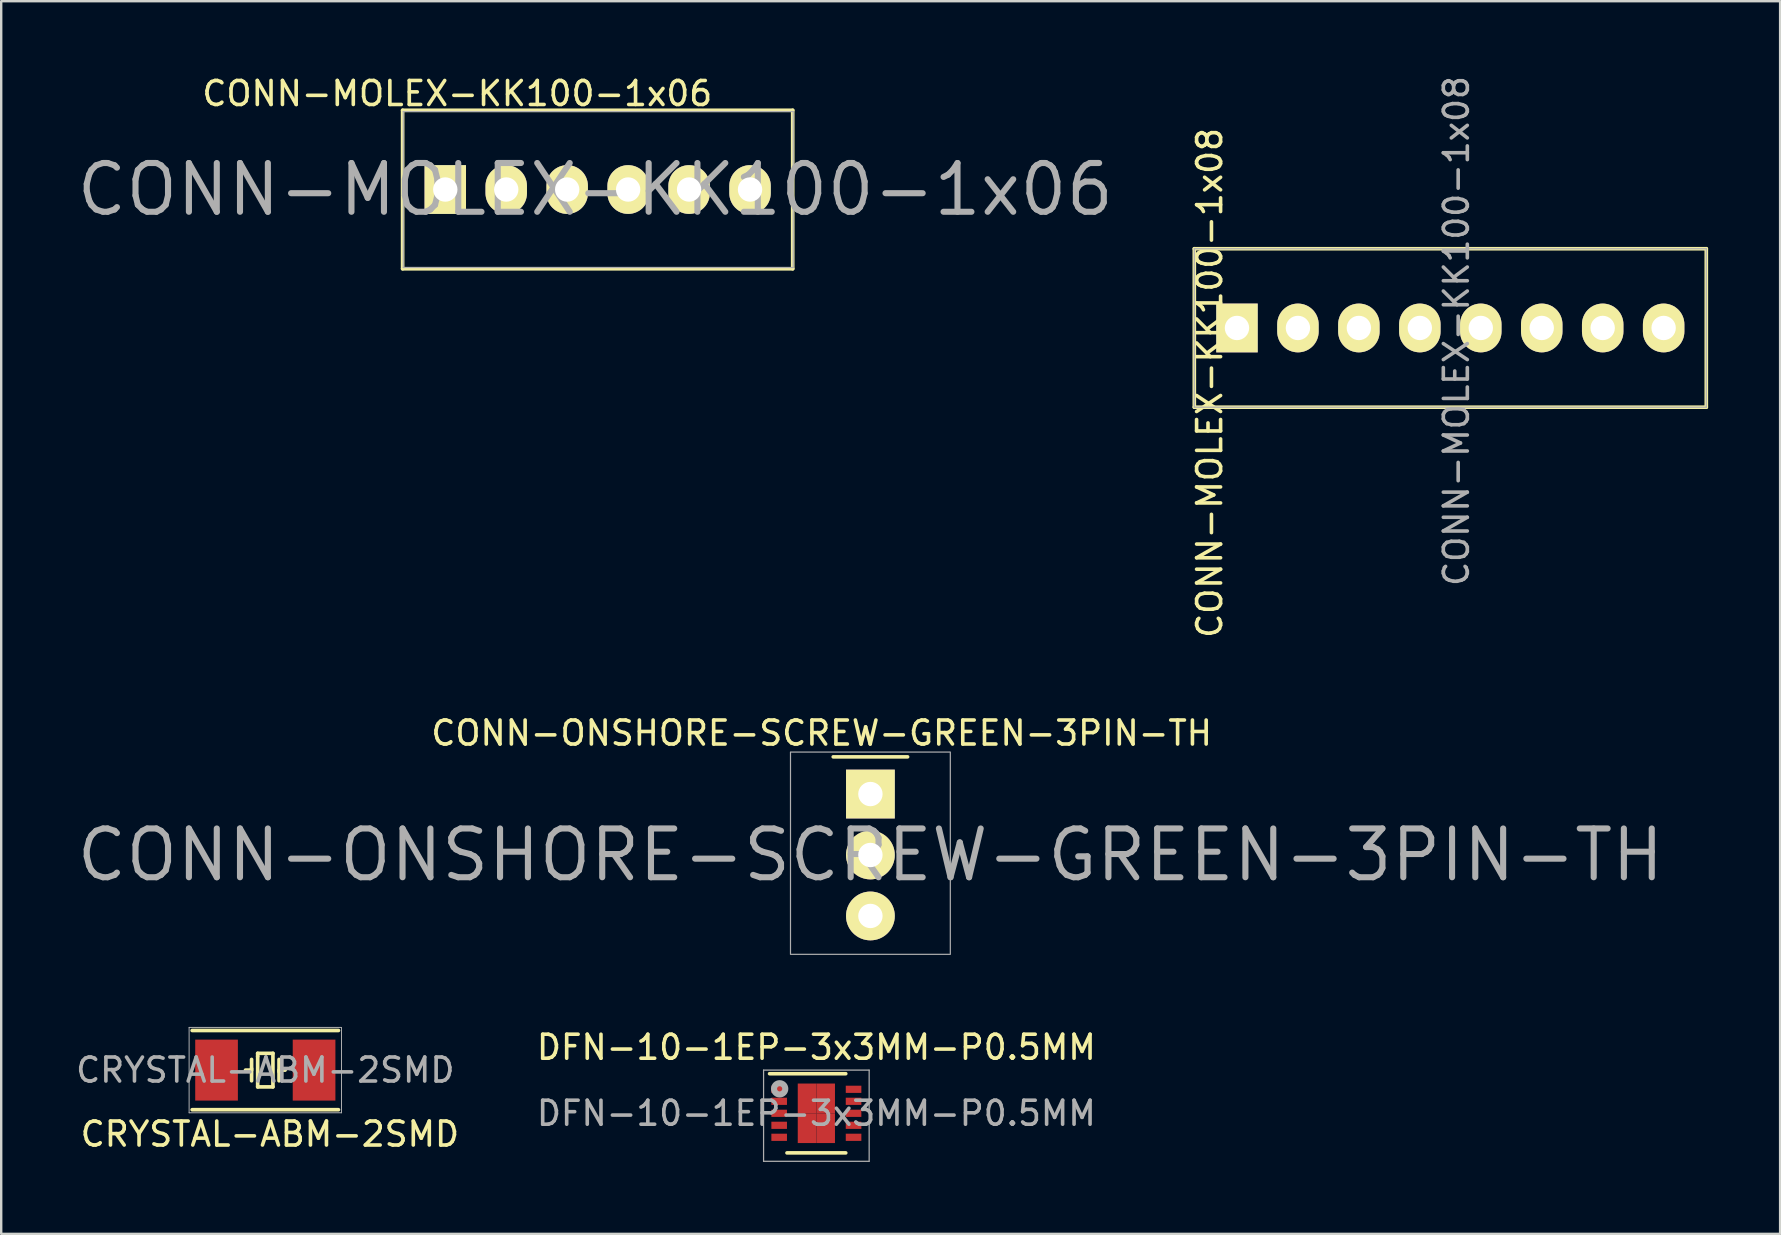
<source format=kicad_pcb>
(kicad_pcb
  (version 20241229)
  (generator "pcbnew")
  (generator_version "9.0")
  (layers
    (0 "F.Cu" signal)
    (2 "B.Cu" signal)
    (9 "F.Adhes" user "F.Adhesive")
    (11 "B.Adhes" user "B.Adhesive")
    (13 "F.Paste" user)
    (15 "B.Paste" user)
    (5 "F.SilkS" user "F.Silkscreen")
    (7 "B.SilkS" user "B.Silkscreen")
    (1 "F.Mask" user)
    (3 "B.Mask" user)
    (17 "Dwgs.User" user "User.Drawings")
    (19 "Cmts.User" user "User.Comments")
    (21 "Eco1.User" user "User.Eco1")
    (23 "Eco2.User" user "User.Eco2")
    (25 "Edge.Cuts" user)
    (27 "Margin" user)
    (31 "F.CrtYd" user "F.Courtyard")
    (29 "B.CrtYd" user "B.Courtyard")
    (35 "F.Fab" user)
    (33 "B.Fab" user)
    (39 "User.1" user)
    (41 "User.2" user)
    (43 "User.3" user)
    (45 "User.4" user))
  (footprint "CONN-MOLEX-KK100-1x06"
    (layer "F.Cu")
    (at 15.506 4.848)
    (property "Reference" "CONN-MOLEX-KK100-1x06" (at 6.25 0 0) (layer "F.Fab") (effects (font (size 2.032 2.032) (thickness 0.254))))
    (attr smd)
    (fp_line (start -1.778 -3.302) (end -1.778 3.302) (stroke (width 0.152) (type solid)) (layer "F.SilkS"))
    (fp_line (start -1.778 3.302) (end 14.478 3.302) (stroke (width 0.152) (type solid)) (layer "F.SilkS"))
    (fp_line (start 14.478 -3.302) (end -1.778 -3.302) (stroke (width 0.152) (type solid)) (layer "F.SilkS"))
    (fp_line (start 14.478 3.302) (end 14.478 -3.302) (stroke (width 0.152) (type solid)) (layer "F.SilkS"))
    (fp_line (start -1.75 -3.25) (end -1.75 3.25) (stroke (width 0.051) (type solid)) (layer "F.Fab"))
    (fp_line (start -1.75 3.25) (end 14.5 3.25) (stroke (width 0.051) (type solid)) (layer "F.Fab"))
    (fp_line (start 14.5 -3.25) (end -1.75 -3.25) (stroke (width 0.051) (type solid)) (layer "F.Fab"))
    (fp_line (start 14.5 3.25) (end 14.5 -3.25) (stroke (width 0.051) (type solid)) (layer "F.Fab"))
    (fp_text user "${REFERENCE}" (at 0.5 -4 0) (layer "F.SilkS") (effects (font (size 1 1) (thickness 0.15))))
    (pad "1" thru_hole rect (at 0 0) (size 1.727 2.032) (drill 1.016) (layers "*.Cu" "*.Mask" "F.SilkS"))
    (pad "2" thru_hole oval (at 2.54 0) (size 1.727 2.032) (drill 1.016) (layers "*.Cu" "*.Mask" "F.SilkS"))
    (pad "3" thru_hole oval (at 5.08 0) (size 1.727 2.032) (drill 1.016) (layers "*.Cu" "*.Mask" "F.SilkS"))
    (pad "4" thru_hole oval (at 7.62 0) (size 1.727 2.032) (drill 1.016) (layers "*.Cu" "*.Mask" "F.SilkS"))
    (pad "5" thru_hole oval (at 10.16 0) (size 1.727 2.032) (drill 1.016) (layers "*.Cu" "*.Mask" "F.SilkS"))
    (pad "6" thru_hole oval (at 12.7 0) (size 1.727 2.032) (drill 1.016) (layers "*.Cu" "*.Mask" "F.SilkS")))
  (footprint "DFN-10-1EP-3x3MM-P0.5MM"
    (layer "F.Cu")
    (at 30.97 43.344)
    (property "Reference" "DFN-10-1EP-3x3MM-P0.5MM" (at 0 0 0) (layer "F.Fab") (effects (font (size 1 1) (thickness 0.15))))
    (attr smd)
    (fp_line (start -1.95 -1.65) (end 1.225 -1.65) (stroke (width 0.15) (type solid)) (layer "F.SilkS"))
    (fp_line (start -1.225 1.65) (end 1.225 1.65) (stroke (width 0.15) (type solid)) (layer "F.SilkS"))
    (fp_line (start -2.2 -1.8) (end 2.2 -1.8) (stroke (width 0.051) (type solid)) (layer "F.Fab"))
    (fp_line (start -2.2 2) (end -2.2 -1.8) (stroke (width 0.051) (type solid)) (layer "F.Fab"))
    (fp_line (start 2.2 -1.8) (end 2.2 2) (stroke (width 0.051) (type solid)) (layer "F.Fab"))
    (fp_line (start 2.2 2) (end -2.2 2) (stroke (width 0.051) (type solid)) (layer "F.Fab"))
    (fp_circle (center -1.53 -1.02) (end -1.49 -0.92) (stroke (width 0.254) (type solid)) (fill no) (layer "F.Fab"))
    (fp_text user "${REFERENCE}" (at 0 -2.75 0) (layer "F.SilkS") (effects (font (size 1 1) (thickness 0.15))))
    (pad "1" smd rect (at -1.55 -1) (size 0.65 0.3) (layers "F.Cu" "F.Mask" "F.Paste"))
    (pad "2" smd rect (at -1.55 -0.5) (size 0.65 0.3) (layers "F.Cu" "F.Mask" "F.Paste"))
    (pad "3" smd rect (at -1.55 0) (size 0.65 0.3) (layers "F.Cu" "F.Mask" "F.Paste"))
    (pad "4" smd rect (at -1.55 0.5) (size 0.65 0.3) (layers "F.Cu" "F.Mask" "F.Paste"))
    (pad "5" smd rect (at -1.55 1) (size 0.65 0.3) (layers "F.Cu" "F.Mask" "F.Paste"))
    (pad "6" smd rect (at 1.55 1) (size 0.65 0.3) (layers "F.Cu" "F.Mask" "F.Paste"))
    (pad "7" smd rect (at 1.55 0.5) (size 0.65 0.3) (layers "F.Cu" "F.Mask" "F.Paste"))
    (pad "8" smd rect (at 1.55 0) (size 0.65 0.3) (layers "F.Cu" "F.Mask" "F.Paste"))
    (pad "9" smd rect (at 1.55 -0.5) (size 0.65 0.3) (layers "F.Cu" "F.Mask" "F.Paste"))
    (pad "10" smd rect (at 1.55 -1) (size 0.65 0.3) (layers "F.Cu" "F.Mask" "F.Paste"))
    (pad "11" smd rect (at -0.388 -0.62) (size 0.775 1.24) (layers "F.Cu" "F.Mask" "F.Paste"))
    (pad "11" smd rect (at -0.388 0.62) (size 0.775 1.24) (layers "F.Cu" "F.Mask" "F.Paste"))
    (pad "11" smd rect (at 0.388 -0.62) (size 0.775 1.24) (layers "F.Cu" "F.Mask" "F.Paste"))
    (pad "11" smd rect (at 0.388 0.62) (size 0.775 1.24) (layers "F.Cu" "F.Mask" "F.Paste")))
  (footprint "CRYSTAL-ABM-2SMD"
    (layer "F.Cu")
    (at 8.006 41.544)
    (property "Reference" "CRYSTAL-ABM-2SMD" (at 0 0 0) (layer "F.Fab") (effects (font (size 1 1) (thickness 0.15))))
    (attr smd)
    (fp_line (start -3.048 1.651) (end 3.048 1.651) (stroke (width 0.152) (type solid)) (layer "F.SilkS"))
    (fp_line (start -0.572 -0.064) (end -0.572 -0.445) (stroke (width 0.152) (type solid)) (layer "F.SilkS"))
    (fp_line (start -0.572 -0.064) (end -0.572 0.445) (stroke (width 0.152) (type solid)) (layer "F.SilkS"))
    (fp_line (start -0.572 0) (end -0.826 0) (stroke (width 0.152) (type solid)) (layer "F.SilkS"))
    (fp_line (start -0.318 -0.699) (end -0.318 -0.572) (stroke (width 0.152) (type solid)) (layer "F.SilkS"))
    (fp_line (start -0.318 -0.572) (end -0.318 0.699) (stroke (width 0.152) (type solid)) (layer "F.SilkS"))
    (fp_line (start -0.318 0.699) (end 0.318 0.699) (stroke (width 0.152) (type solid)) (layer "F.SilkS"))
    (fp_line (start 0.318 -0.699) (end -0.318 -0.699) (stroke (width 0.152) (type solid)) (layer "F.SilkS"))
    (fp_line (start 0.318 0.699) (end 0.318 -0.699) (stroke (width 0.152) (type solid)) (layer "F.SilkS"))
    (fp_line (start 0.572 0) (end 0.826 0) (stroke (width 0.152) (type solid)) (layer "F.SilkS"))
    (fp_line (start 0.572 0.064) (end 0.572 -0.445) (stroke (width 0.152) (type solid)) (layer "F.SilkS"))
    (fp_line (start 0.572 0.064) (end 0.572 0.445) (stroke (width 0.152) (type solid)) (layer "F.SilkS"))
    (fp_line (start 3.048 -1.651) (end -3.048 -1.651) (stroke (width 0.152) (type solid)) (layer "F.SilkS"))
    (fp_line (start -3.175 -1.778) (end -3.175 1.778) (stroke (width 0.041) (type solid)) (layer "F.Fab"))
    (fp_line (start -3.175 1.778) (end 3.175 1.778) (stroke (width 0.041) (type solid)) (layer "F.Fab"))
    (fp_line (start 3.175 -1.778) (end -3.175 -1.778) (stroke (width 0.041) (type solid)) (layer "F.Fab"))
    (fp_line (start 3.175 1.778) (end 3.175 -1.778) (stroke (width 0.041) (type solid)) (layer "F.Fab"))
    (fp_text user "${REFERENCE}" (at 0.191 2.667 0) (layer "F.SilkS") (effects (font (size 1 1) (thickness 0.15))))
    (pad "1" smd rect (at -2.032 0) (size 1.778 2.54) (layers "F.Cu" "F.Mask" "F.Paste"))
    (pad "2" smd rect (at 2.032 0) (size 1.778 2.54) (layers "F.Cu" "F.Mask" "F.Paste")))
  (footprint "CONN-ONSHORE-SCREW-GREEN-3PIN-TH"
    (layer "F.Cu")
    (at 33.222 30.04)
    (property "Reference" "CONN-ONSHORE-SCREW-GREEN-3PIN-TH" (at 0 2.54 0) (layer "F.Fab") (effects (font (size 2.032 2.032) (thickness 0.254))))
    (attr smd)
    (fp_line (start -1.55 -1.55) (end 1.55 -1.55) (stroke (width 0.15) (type solid)) (layer "F.SilkS"))
    (fp_line (start -3.33 -1.75) (end -3.33 6.68) (stroke (width 0.05) (type solid)) (layer "F.Fab"))
    (fp_line (start -3.3 -1.75) (end 3.3 -1.75) (stroke (width 0.05) (type solid)) (layer "F.Fab"))
    (fp_line (start -3.3 6.68) (end 3.3 6.68) (stroke (width 0.05) (type solid)) (layer "F.Fab"))
    (fp_line (start 3.33 -1.75) (end 3.33 6.68) (stroke (width 0.05) (type solid)) (layer "F.Fab"))
    (fp_circle (center 0 0) (end 0 0.254) (stroke (width 0.2) (type solid)) (fill no) (layer "F.Fab"))
    (fp_text user "${REFERENCE}" (at -2.032 -2.54 0) (layer "F.SilkS") (effects (font (size 1 1) (thickness 0.15))))
    (pad "1" thru_hole rect (at 0 0) (size 2.032 2.032) (drill 1.016) (layers "*.Cu" "*.Mask" "F.SilkS"))
    (pad "2" thru_hole oval (at 0 2.54) (size 2.032 2.032) (drill 1.016) (layers "*.Cu" "*.Mask" "F.SilkS"))
    (pad "3" thru_hole oval (at 0 5.08) (size 2.032 2.032) (drill 1.016) (layers "*.Cu" "*.Mask" "F.SilkS")))
  (footprint "CONN-MOLEX-KK100-1x08"
    (layer "F.Cu")
    (at 48.498 10.617)
    (property "Reference" "CONN-MOLEX-KK100-1x08" (at 9.144 0.127 90) (layer "F.Fab") (effects (font (size 1 1) (thickness 0.15))))
    (attr smd)
    (fp_line (start -1.778 -3.302) (end -1.778 3.302) (stroke (width 0.152) (type solid)) (layer "F.SilkS"))
    (fp_line (start -1.778 3.302) (end 19.558 3.302) (stroke (width 0.152) (type solid)) (layer "F.SilkS"))
    (fp_line (start 19.558 -3.302) (end -1.778 -3.302) (stroke (width 0.152) (type solid)) (layer "F.SilkS"))
    (fp_line (start 19.558 3.302) (end 19.558 -3.302) (stroke (width 0.152) (type solid)) (layer "F.SilkS"))
    (fp_line (start -1.778 -3.302) (end -1.778 3.302) (stroke (width 0.05) (type solid)) (layer "F.Fab"))
    (fp_line (start -1.778 3.302) (end 19.558 3.302) (stroke (width 0.05) (type solid)) (layer "F.Fab"))
    (fp_line (start 19.558 -3.302) (end -1.778 -3.302) (stroke (width 0.05) (type solid)) (layer "F.Fab"))
    (fp_line (start 19.558 3.302) (end 19.558 -3.302) (stroke (width 0.05) (type solid)) (layer "F.Fab"))
    (fp_text user "${REFERENCE}" (at -1.138 2.291 90) (layer "F.SilkS") (effects (font (size 1 1) (thickness 0.15))))
    (pad "1" thru_hole rect (at 0 0) (size 1.727 2.032) (drill 1.016) (layers "*.Cu" "*.Mask" "F.SilkS"))
    (pad "2" thru_hole oval (at 2.54 0) (size 1.727 2.032) (drill 1.016) (layers "*.Cu" "*.Mask" "F.SilkS"))
    (pad "3" thru_hole oval (at 5.08 0) (size 1.727 2.032) (drill 1.016) (layers "*.Cu" "*.Mask" "F.SilkS"))
    (pad "4" thru_hole oval (at 7.62 0) (size 1.727 2.032) (drill 1.016) (layers "*.Cu" "*.Mask" "F.SilkS"))
    (pad "5" thru_hole oval (at 10.16 0) (size 1.727 2.032) (drill 1.016) (layers "*.Cu" "*.Mask" "F.SilkS"))
    (pad "6" thru_hole oval (at 12.7 0) (size 1.727 2.032) (drill 1.016) (layers "*.Cu" "*.Mask" "F.SilkS"))
    (pad "7" thru_hole oval (at 15.24 0) (size 1.727 2.032) (drill 1.016) (layers "*.Cu" "*.Mask" "F.SilkS"))
    (pad "8" thru_hole oval (at 17.78 0) (size 1.727 2.032) (drill 1.016) (layers "*.Cu" "*.Mask" "F.SilkS")))
  (gr_rect
    (start -3 -3)
    (end 71.132 48.369)
    (stroke (width 0.1) (type default))
    (fill no)
    (layer "Edge.Cuts")))
</source>
